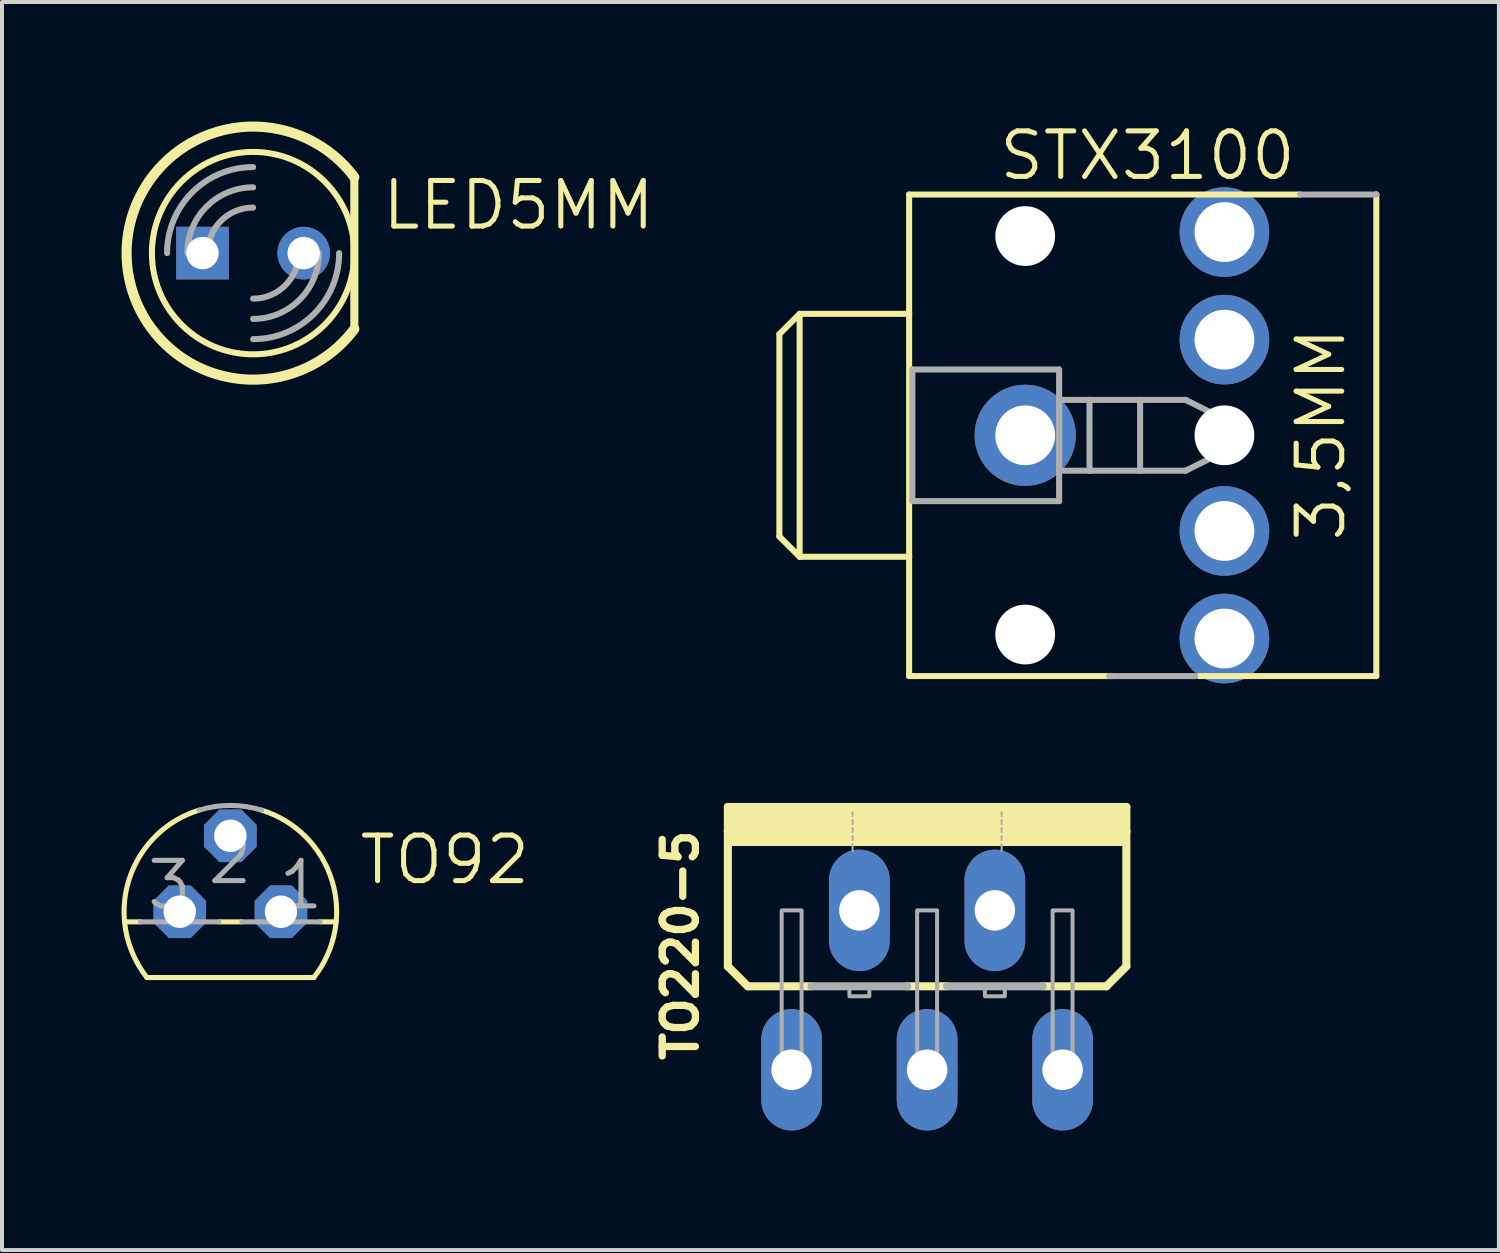
<source format=kicad_pcb>
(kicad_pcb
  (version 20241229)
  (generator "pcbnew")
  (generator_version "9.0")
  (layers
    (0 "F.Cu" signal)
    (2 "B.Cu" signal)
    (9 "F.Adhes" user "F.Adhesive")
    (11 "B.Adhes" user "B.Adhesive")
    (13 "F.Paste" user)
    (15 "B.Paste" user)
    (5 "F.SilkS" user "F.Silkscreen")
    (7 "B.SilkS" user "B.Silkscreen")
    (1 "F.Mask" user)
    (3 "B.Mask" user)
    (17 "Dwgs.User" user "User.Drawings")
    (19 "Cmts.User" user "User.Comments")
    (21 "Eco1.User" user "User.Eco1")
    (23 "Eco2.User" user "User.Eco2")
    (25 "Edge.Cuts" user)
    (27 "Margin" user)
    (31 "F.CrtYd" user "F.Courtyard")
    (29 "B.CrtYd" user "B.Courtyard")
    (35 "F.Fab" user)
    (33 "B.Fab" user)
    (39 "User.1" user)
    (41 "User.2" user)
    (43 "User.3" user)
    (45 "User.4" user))
  (footprint "TO220-5"
    (layer "F.Cu")
    (at 20.216 17.546)
    (property "Reference" "TO220-5" (at -6.678 0.15 90) (layer "F.SilkS") (effects (font (size 0.833 0.833) (thickness 0.183)) (justify right top)))
    (fp_line (start -5 -0.345) (end -5 0.27) (stroke (width 0.203) (type solid)) (layer "F.SilkS"))
    (fp_line (start -5 0.27) (end -5 3.655) (stroke (width 0.203) (type solid)) (layer "F.SilkS"))
    (fp_line (start -5 0.27) (end 5 0.27) (stroke (width 0.203) (type solid)) (layer "F.SilkS"))
    (fp_line (start -5 3.655) (end -4.5 4.155) (stroke (width 0.203) (type solid)) (layer "F.SilkS"))
    (fp_line (start -2.9 4.155) (end -4.5 4.155) (stroke (width 0.203) (type solid)) (layer "F.SilkS"))
    (fp_line (start 0.5 4.155) (end -0.5 4.155) (stroke (width 0.203) (type solid)) (layer "F.SilkS"))
    (fp_line (start 4.5 4.155) (end 2.9 4.155) (stroke (width 0.203) (type solid)) (layer "F.SilkS"))
    (fp_line (start 5 -0.345) (end -5 -0.345) (stroke (width 0.203) (type solid)) (layer "F.SilkS"))
    (fp_line (start 5 0.27) (end 5 -0.345) (stroke (width 0.203) (type solid)) (layer "F.SilkS"))
    (fp_line (start 5 0.27) (end 5 3.655) (stroke (width 0.203) (type solid)) (layer "F.SilkS"))
    (fp_line (start 5 3.655) (end 4.5 4.155) (stroke (width 0.203) (type solid)) (layer "F.SilkS"))
    (fp_poly (pts (xy -5.08 0.635) (xy 5.08 0.635) (xy 5.08 -0.318) (xy -5.08 -0.318)) (stroke (width 0) (type solid)) (fill yes) (layer "F.SilkS"))
    (fp_line (start -1.87 -0.212) (end -1.87 -0.113) (stroke (width 0.051) (type solid)) (layer "F.Fab"))
    (fp_line (start -1.87 -0.013) (end -1.87 0.087) (stroke (width 0.051) (type solid)) (layer "F.Fab"))
    (fp_line (start -1.87 0.188) (end -1.87 0.287) (stroke (width 0.051) (type solid)) (layer "F.Fab"))
    (fp_line (start -1.87 0.388) (end -1.87 0.487) (stroke (width 0.051) (type solid)) (layer "F.Fab"))
    (fp_line (start -1.87 0.588) (end -1.87 0.757) (stroke (width 0.051) (type solid)) (layer "F.Fab"))
    (fp_line (start -0.5 4.155) (end -2.9 4.155) (stroke (width 0.203) (type solid)) (layer "F.Fab"))
    (fp_line (start 1.87 -0.113) (end 1.87 -0.212) (stroke (width 0.051) (type solid)) (layer "F.Fab"))
    (fp_line (start 1.87 0.087) (end 1.87 -0.013) (stroke (width 0.051) (type solid)) (layer "F.Fab"))
    (fp_line (start 1.87 0.287) (end 1.87 0.188) (stroke (width 0.051) (type solid)) (layer "F.Fab"))
    (fp_line (start 1.87 0.487) (end 1.87 0.388) (stroke (width 0.051) (type solid)) (layer "F.Fab"))
    (fp_line (start 1.87 0.757) (end 1.87 0.588) (stroke (width 0.051) (type solid)) (layer "F.Fab"))
    (fp_line (start 2.9 4.155) (end 0.5 4.155) (stroke (width 0.203) (type solid)) (layer "F.Fab"))
    (fp_poly (pts (xy -3.65 6.25) (xy -3.15 6.25) (xy -3.15 2.25) (xy -3.65 2.25)) (stroke (width 0.1) (type solid)) (fill no) (layer "F.Fab"))
    (fp_poly (pts (xy -1.95 4.405) (xy -1.45 4.405) (xy -1.45 4.155) (xy -1.95 4.155)) (stroke (width 0.1) (type solid)) (fill no) (layer "F.Fab"))
    (fp_poly (pts (xy -0.25 6.25) (xy 0.25 6.25) (xy 0.25 2.25) (xy -0.25 2.25)) (stroke (width 0.1) (type solid)) (fill no) (layer "F.Fab"))
    (fp_poly (pts (xy 1.45 4.405) (xy 1.95 4.405) (xy 1.95 4.155) (xy 1.45 4.155)) (stroke (width 0.1) (type solid)) (fill no) (layer "F.Fab"))
    (fp_poly (pts (xy 3.15 6.25) (xy 3.65 6.25) (xy 3.65 2.25) (xy 3.15 2.25)) (stroke (width 0.1) (type solid)) (fill no) (layer "F.Fab"))
    (pad "1" thru_hole oval (at -3.4 6.25 90) (size 3.048 1.524) (drill 1.016) (layers "*.Cu" "*.Mask"))
    (pad "2" thru_hole oval (at -1.7 2.25 90) (size 3.048 1.524) (drill 1.016) (layers "*.Cu" "*.Mask"))
    (pad "3" thru_hole oval (at 0 6.25 90) (size 3.048 1.524) (drill 1.016) (layers "*.Cu" "*.Mask"))
    (pad "4" thru_hole oval (at 1.7 2.25 90) (size 3.048 1.524) (drill 1.016) (layers "*.Cu" "*.Mask"))
    (pad "5" thru_hole oval (at 3.4 6.25 90) (size 3.048 1.524) (drill 1.016) (layers "*.Cu" "*.Mask")))
  (footprint "STX3100"
    (layer "F.Cu")
    (at 19.977 7.774)
    (property "Reference" "STX3100" (at 1.985 -6.25 0) (layer "F.SilkS") (effects (font (size 1.143 1.143) (thickness 0.127)) (justify left bottom)))
    (fp_line (start -3.468 2.64) (end -3.468 -2.44) (stroke (width 0.152) (type solid)) (layer "F.SilkS"))
    (fp_line (start -2.96 -2.948) (end -3.468 -2.44) (stroke (width 0.152) (type solid)) (layer "F.SilkS"))
    (fp_line (start -2.96 3.148) (end -3.468 2.64) (stroke (width 0.152) (type solid)) (layer "F.SilkS"))
    (fp_line (start -2.96 3.148) (end -2.96 -2.948) (stroke (width 0.152) (type solid)) (layer "F.SilkS"))
    (fp_line (start -2.96 3.148) (end -0.212 3.148) (stroke (width 0.152) (type solid)) (layer "F.SilkS"))
    (fp_line (start -0.212 -2.948) (end -2.96 -2.948) (stroke (width 0.152) (type solid)) (layer "F.SilkS"))
    (fp_line (start -0.212 -2.948) (end -0.212 -5.942) (stroke (width 0.152) (type solid)) (layer "F.SilkS"))
    (fp_line (start -0.212 3.148) (end -0.212 -2.948) (stroke (width 0.152) (type solid)) (layer "F.SilkS"))
    (fp_line (start -0.212 6.142) (end -0.212 3.148) (stroke (width 0.152) (type solid)) (layer "F.SilkS"))
    (fp_line (start -0.212 6.142) (end 4.906 6.142) (stroke (width 0.152) (type solid)) (layer "F.SilkS"))
    (fp_line (start 7.065 6.142) (end 11.512 6.142) (stroke (width 0.152) (type solid)) (layer "F.SilkS"))
    (fp_line (start 9.605 -5.942) (end -0.212 -5.942) (stroke (width 0.152) (type solid)) (layer "F.SilkS"))
    (fp_line (start 11.512 -5.942) (end 11.51 -5.942) (stroke (width 0.152) (type solid)) (layer "F.SilkS"))
    (fp_line (start 11.512 -5.942) (end 11.512 6.142) (stroke (width 0.152) (type solid)) (layer "F.SilkS"))
    (fp_line (start -0.131 1.751) (end -0.131 -1.551) (stroke (width 0.152) (type solid)) (layer "F.Fab"))
    (fp_line (start -0.131 1.751) (end 3.552 1.751) (stroke (width 0.152) (type solid)) (layer "F.Fab"))
    (fp_line (start 3.552 -1.551) (end -0.131 -1.551) (stroke (width 0.152) (type solid)) (layer "F.Fab"))
    (fp_line (start 3.552 -1.551) (end 3.552 -0.789) (stroke (width 0.152) (type solid)) (layer "F.Fab"))
    (fp_line (start 3.552 -0.789) (end 3.552 0.989) (stroke (width 0.152) (type solid)) (layer "F.Fab"))
    (fp_line (start 3.552 -0.789) (end 4.314 -0.789) (stroke (width 0.152) (type solid)) (layer "F.Fab"))
    (fp_line (start 3.552 0.989) (end 3.552 1.751) (stroke (width 0.152) (type solid)) (layer "F.Fab"))
    (fp_line (start 4.314 -0.789) (end 4.314 0.989) (stroke (width 0.152) (type solid)) (layer "F.Fab"))
    (fp_line (start 4.314 -0.789) (end 5.584 -0.789) (stroke (width 0.152) (type solid)) (layer "F.Fab"))
    (fp_line (start 4.314 0.989) (end 3.552 0.989) (stroke (width 0.152) (type solid)) (layer "F.Fab"))
    (fp_line (start 4.806 6.142) (end 6.965 6.142) (stroke (width 0.152) (type solid)) (layer "F.Fab"))
    (fp_line (start 5.584 -0.789) (end 5.584 0.989) (stroke (width 0.152) (type solid)) (layer "F.Fab"))
    (fp_line (start 5.584 -0.789) (end 6.727 -0.789) (stroke (width 0.152) (type solid)) (layer "F.Fab"))
    (fp_line (start 5.584 0.989) (end 4.314 0.989) (stroke (width 0.152) (type solid)) (layer "F.Fab"))
    (fp_line (start 6.727 0.989) (end 5.584 0.989) (stroke (width 0.152) (type solid)) (layer "F.Fab"))
    (fp_line (start 6.727 0.989) (end 7.489 0.608) (stroke (width 0.152) (type solid)) (layer "F.Fab"))
    (fp_line (start 7.489 -0.408) (end 6.727 -0.789) (stroke (width 0.152) (type solid)) (layer "F.Fab"))
    (fp_line (start 7.489 -0.408) (end 7.489 0.608) (stroke (width 0.152) (type solid)) (layer "F.Fab"))
    (fp_line (start 11.51 -5.942) (end 9.605 -5.942) (stroke (width 0.152) (type solid)) (layer "F.Fab"))
    (fp_text user "3,5MM" (at 10.79 2.831 90) (layer "F.SilkS") (effects (font (size 1.143 1.143) (thickness 0.127)) (justify left bottom)))
    (pad "" np_thru_hole circle (at 2.7 -4.9) (size 1.5 1.5) (drill 1.5) (layers "*.Cu" "*.Mask"))
    (pad "" np_thru_hole circle (at 2.7 5.1) (size 1.5 1.5) (drill 1.5) (layers "*.Cu" "*.Mask"))
    (pad "" np_thru_hole circle (at 7.7 0.1) (size 1.5 1.5) (drill 1.5) (layers "*.Cu" "*.Mask"))
    (pad "1" thru_hole circle (at 2.7 0.1) (size 2.54 2.54) (drill 1.5) (layers "*.Cu" "*.Mask"))
    (pad "2" thru_hole circle (at 7.7 -5) (size 2.25 2.25) (drill 1.5) (layers "*.Cu" "*.Mask"))
    (pad "3" thru_hole circle (at 7.7 -2.3) (size 2.25 2.25) (drill 1.5) (layers "*.Cu" "*.Mask"))
    (pad "4" thru_hole circle (at 7.7 2.5) (size 2.25 2.25) (drill 1.5) (layers "*.Cu" "*.Mask"))
    (pad "5" thru_hole circle (at 7.7 5.2) (size 2.25 2.25) (drill 1.5) (layers "*.Cu" "*.Mask")))
  (footprint "LED5MM"
    (layer "F.Cu")
    (at 3.302 3.302)
    (property "Reference" "LED5MM" (at 3.175 -0.533 0) (layer "F.SilkS") (effects (font (size 1.143 1.143) (thickness 0.127)) (justify left bottom)))
    (fp_line (start 2.54 1.905) (end 2.54 -1.905) (stroke (width 0.203) (type solid)) (layer "F.SilkS"))
    (fp_arc (start 2.54 1.905) (mid -3.175 0) (end 2.54 -1.905) (stroke (width 0.254) (type solid)) (layer "F.SilkS"))
    (fp_circle (center 0 0) (end 2.54 0) (stroke (width 0.152) (type solid)) (fill no) (layer "F.SilkS"))
    (fp_arc (start -2.159 0) (mid -1.526644 -1.526644) (end 0 -2.159) (stroke (width 0.1524) (type solid)) (layer "F.Fab"))
    (fp_arc (start -1.651 0) (mid -1.167433 -1.167433) (end 0 -1.651) (stroke (width 0.1524) (type solid)) (layer "F.Fab"))
    (fp_arc (start -1.143 0) (mid -0.808223 -0.808223) (end 0 -1.143) (stroke (width 0.1524) (type solid)) (layer "F.Fab"))
    (fp_arc (start 1.143 0) (mid 0.808223 0.808223) (end 0 1.143) (stroke (width 0.1524) (type solid)) (layer "F.Fab"))
    (fp_arc (start 1.651 0) (mid 1.167433 1.167433) (end 0 1.651) (stroke (width 0.1524) (type solid)) (layer "F.Fab"))
    (fp_arc (start 2.159 0) (mid 1.526644 1.526644) (end 0 2.159) (stroke (width 0.1524) (type solid)) (layer "F.Fab"))
    (pad "A" thru_hole rect (at -1.27 0) (size 1.321 1.321) (drill 0.813) (layers "*.Cu" "*.Mask"))
    (pad "K" thru_hole circle (at 1.27 0) (size 1.321 1.321) (drill 0.813) (layers "*.Cu" "*.Mask")))
  (footprint "TO92"
    (layer "F.Cu")
    (at 2.731 19.83)
    (property "Reference" "TO92" (at 3.175 -0.635 0) (layer "F.SilkS") (effects (font (size 1.143 1.143) (thickness 0.127)) (justify left bottom)))
    (fp_line (start -2.655 0.254) (end -2.254 0.254) (stroke (width 0.127) (type solid)) (layer "F.SilkS"))
    (fp_line (start -2.095 1.651) (end 2.095 1.651) (stroke (width 0.127) (type solid)) (layer "F.SilkS"))
    (fp_line (start -0.286 0.254) (end 0.286 0.254) (stroke (width 0.127) (type solid)) (layer "F.SilkS"))
    (fp_line (start 2.254 0.254) (end 2.655 0.254) (stroke (width 0.127) (type solid)) (layer "F.SilkS"))
    (fp_arc (start -2.6549 0.254) (mid -2.219001 -1.479565) (end -0.786299 -2.5485) (stroke (width 0.127) (type solid)) (layer "F.SilkS"))
    (fp_arc (start -2.0946 1.651) (mid -2.475346 0.992847) (end -2.6549 0.254) (stroke (width 0.127) (type solid)) (layer "F.SilkS"))
    (fp_arc (start 0.7863 -2.5484) (mid 2.54627 -0.793202) (end 2.0945 1.650999) (stroke (width 0.127) (type solid)) (layer "F.SilkS"))
    (fp_line (start -2.254 0.254) (end -0.286 0.254) (stroke (width 0.127) (type solid)) (layer "F.Fab"))
    (fp_line (start 0.286 0.254) (end 2.254 0.254) (stroke (width 0.127) (type solid)) (layer "F.Fab"))
    (fp_arc (start -0.7863 -2.5485) (mid 0 -2.667043) (end 0.7863 -2.5485) (stroke (width 0.127) (type solid)) (layer "F.Fab"))
    (fp_text user "2" (at -0.635 -0.635 0) (layer "F.Fab") (effects (font (size 1.143 1.143) (thickness 0.127)) (justify left bottom)))
    (fp_text user "1" (at 1.143 0 0) (layer "F.Fab") (effects (font (size 1.143 1.143) (thickness 0.127)) (justify left bottom)))
    (fp_text user "3" (at -2.159 0 0) (layer "F.Fab") (effects (font (size 1.143 1.143) (thickness 0.127)) (justify left bottom)))
    (pad "1" thru_hole roundrect (at 1.27 0) (size 1.321 1.321) (drill 0.813) (layers "*.Cu" "*.Mask") (roundrect_rratio 0.25) (chamfer_ratio 0.293) (chamfer top_left top_right bottom_left bottom_right))
    (pad "2" thru_hole roundrect (at 0 -1.905) (size 1.321 1.321) (drill 0.813) (layers "*.Cu" "*.Mask") (roundrect_rratio 0.25) (chamfer_ratio 0.293) (chamfer top_left top_right bottom_left bottom_right))
    (pad "3" thru_hole roundrect (at -1.27 0) (size 1.321 1.321) (drill 0.813) (layers "*.Cu" "*.Mask") (roundrect_rratio 0.25) (chamfer_ratio 0.293) (chamfer top_left top_right bottom_left bottom_right)))
  (gr_rect
    (start -3 -3)
    (end 34.565 28.32)
    (stroke (width 0.1) (type default))
    (fill no)
    (layer "Edge.Cuts")))
</source>
